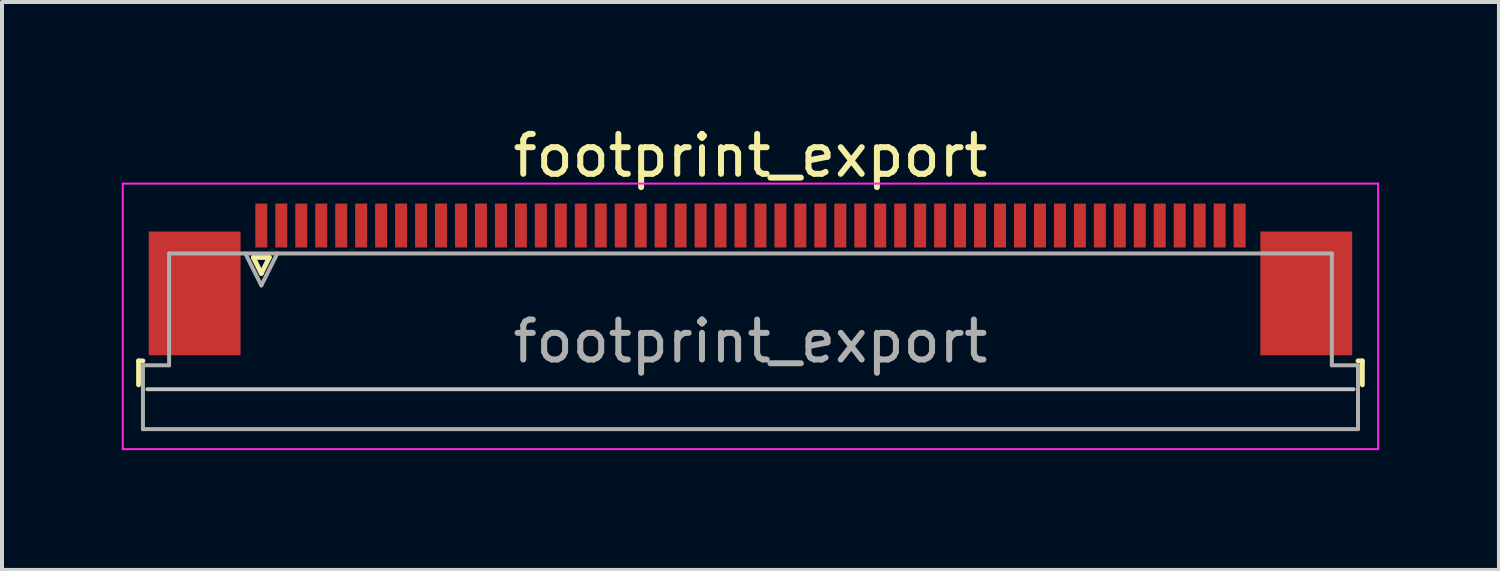
<source format=kicad_pcb>
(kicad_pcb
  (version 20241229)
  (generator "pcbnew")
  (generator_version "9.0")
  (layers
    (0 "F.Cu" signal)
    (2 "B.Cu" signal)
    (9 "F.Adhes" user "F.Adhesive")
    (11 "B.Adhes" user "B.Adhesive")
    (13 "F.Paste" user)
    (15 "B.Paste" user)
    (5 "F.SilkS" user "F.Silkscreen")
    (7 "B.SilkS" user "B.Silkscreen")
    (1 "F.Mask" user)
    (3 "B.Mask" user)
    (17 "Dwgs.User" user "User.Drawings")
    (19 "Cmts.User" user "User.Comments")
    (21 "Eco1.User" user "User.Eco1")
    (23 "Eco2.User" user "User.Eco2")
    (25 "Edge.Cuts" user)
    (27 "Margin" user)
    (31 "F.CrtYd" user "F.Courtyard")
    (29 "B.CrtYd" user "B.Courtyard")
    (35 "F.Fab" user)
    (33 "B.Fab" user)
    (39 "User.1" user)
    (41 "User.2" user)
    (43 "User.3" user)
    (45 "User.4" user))
  (footprint "footprint_export"
    (layer "F.Cu")
    (at 15.745 3.948)
    (property "Reference" "footprint_export" (at 0 -3.1 0) (layer "F.SilkS") (effects (font (size 1 1) (thickness 0.15))))
    (attr smd)
    (fp_line (start -15.325 2.04) (end -15.325 2.64) (stroke (width 0.12) (type solid)) (layer "F.SilkS"))
    (fp_line (start -15.215 2.04) (end -15.325 2.04) (stroke (width 0.12) (type solid)) (layer "F.SilkS"))
    (fp_line (start -12.45 -0.55) (end -12.25 -0.15) (stroke (width 0.12) (type solid)) (layer "F.SilkS"))
    (fp_line (start -12.25 -0.15) (end -12.05 -0.55) (stroke (width 0.12) (type solid)) (layer "F.SilkS"))
    (fp_line (start -12.05 -0.55) (end -12.45 -0.55) (stroke (width 0.12) (type solid)) (layer "F.SilkS"))
    (fp_line (start 15.215 2.04) (end 15.325 2.04) (stroke (width 0.12) (type solid)) (layer "F.SilkS"))
    (fp_line (start 15.325 2.04) (end 15.325 2.64) (stroke (width 0.12) (type solid)) (layer "F.SilkS"))
    (fp_line (start 15.105 2.75) (end -15.105 2.75) (stroke (width 0.1) (type solid)) (layer "Dwgs.User"))
    (fp_line (start -15.72 -2.4) (end -15.72 4.25) (stroke (width 0.05) (type solid)) (layer "F.CrtYd"))
    (fp_line (start -15.72 4.25) (end 15.72 4.25) (stroke (width 0.05) (type solid)) (layer "F.CrtYd"))
    (fp_line (start 15.72 -2.4) (end -15.72 -2.4) (stroke (width 0.05) (type solid)) (layer "F.CrtYd"))
    (fp_line (start 15.72 4.25) (end 15.72 -2.4) (stroke (width 0.05) (type solid)) (layer "F.CrtYd"))
    (fp_line (start -15.215 2.15) (end -14.56 2.15) (stroke (width 0.1) (type solid)) (layer "F.Fab"))
    (fp_line (start -15.215 3.75) (end -15.215 2.15) (stroke (width 0.1) (type solid)) (layer "F.Fab"))
    (fp_line (start -14.56 -0.65) (end 14.56 -0.65) (stroke (width 0.1) (type solid)) (layer "F.Fab"))
    (fp_line (start -14.56 2.15) (end -14.56 -0.65) (stroke (width 0.1) (type solid)) (layer "F.Fab"))
    (fp_line (start -12.65 -0.65) (end -12.25 0.15) (stroke (width 0.1) (type solid)) (layer "F.Fab"))
    (fp_line (start -12.25 0.15) (end -11.85 -0.65) (stroke (width 0.1) (type solid)) (layer "F.Fab"))
    (fp_line (start 14.56 -0.65) (end 14.56 2.15) (stroke (width 0.1) (type solid)) (layer "F.Fab"))
    (fp_line (start 14.56 2.15) (end 15.215 2.15) (stroke (width 0.1) (type solid)) (layer "F.Fab"))
    (fp_line (start 15.215 2.15) (end 15.215 3.75) (stroke (width 0.1) (type solid)) (layer "F.Fab"))
    (fp_line (start 15.215 3.75) (end -15.215 3.75) (stroke (width 0.1) (type solid)) (layer "F.Fab"))
    (fp_text user "${REFERENCE}" (at 0 1.55 0) (layer "F.Fab") (effects (font (size 1 1) (thickness 0.15))))
    (pad "1" smd rect (at -12.25 -1.35) (size 0.3 1.1) (layers "F.Cu" "F.Mask" "F.Paste"))
    (pad "2" smd rect (at -11.75 -1.35) (size 0.3 1.1) (layers "F.Cu" "F.Mask" "F.Paste"))
    (pad "3" smd rect (at -11.25 -1.35) (size 0.3 1.1) (layers "F.Cu" "F.Mask" "F.Paste"))
    (pad "4" smd rect (at -10.75 -1.35) (size 0.3 1.1) (layers "F.Cu" "F.Mask" "F.Paste"))
    (pad "5" smd rect (at -10.25 -1.35) (size 0.3 1.1) (layers "F.Cu" "F.Mask" "F.Paste"))
    (pad "6" smd rect (at -9.75 -1.35) (size 0.3 1.1) (layers "F.Cu" "F.Mask" "F.Paste"))
    (pad "7" smd rect (at -9.25 -1.35) (size 0.3 1.1) (layers "F.Cu" "F.Mask" "F.Paste"))
    (pad "8" smd rect (at -8.75 -1.35) (size 0.3 1.1) (layers "F.Cu" "F.Mask" "F.Paste"))
    (pad "9" smd rect (at -8.25 -1.35) (size 0.3 1.1) (layers "F.Cu" "F.Mask" "F.Paste"))
    (pad "10" smd rect (at -7.75 -1.35) (size 0.3 1.1) (layers "F.Cu" "F.Mask" "F.Paste"))
    (pad "11" smd rect (at -7.25 -1.35) (size 0.3 1.1) (layers "F.Cu" "F.Mask" "F.Paste"))
    (pad "12" smd rect (at -6.75 -1.35) (size 0.3 1.1) (layers "F.Cu" "F.Mask" "F.Paste"))
    (pad "13" smd rect (at -6.25 -1.35) (size 0.3 1.1) (layers "F.Cu" "F.Mask" "F.Paste"))
    (pad "14" smd rect (at -5.75 -1.35) (size 0.3 1.1) (layers "F.Cu" "F.Mask" "F.Paste"))
    (pad "15" smd rect (at -5.25 -1.35) (size 0.3 1.1) (layers "F.Cu" "F.Mask" "F.Paste"))
    (pad "16" smd rect (at -4.75 -1.35) (size 0.3 1.1) (layers "F.Cu" "F.Mask" "F.Paste"))
    (pad "17" smd rect (at -4.25 -1.35) (size 0.3 1.1) (layers "F.Cu" "F.Mask" "F.Paste"))
    (pad "18" smd rect (at -3.75 -1.35) (size 0.3 1.1) (layers "F.Cu" "F.Mask" "F.Paste"))
    (pad "19" smd rect (at -3.25 -1.35) (size 0.3 1.1) (layers "F.Cu" "F.Mask" "F.Paste"))
    (pad "20" smd rect (at -2.75 -1.35) (size 0.3 1.1) (layers "F.Cu" "F.Mask" "F.Paste"))
    (pad "21" smd rect (at -2.25 -1.35) (size 0.3 1.1) (layers "F.Cu" "F.Mask" "F.Paste"))
    (pad "22" smd rect (at -1.75 -1.35) (size 0.3 1.1) (layers "F.Cu" "F.Mask" "F.Paste"))
    (pad "23" smd rect (at -1.25 -1.35) (size 0.3 1.1) (layers "F.Cu" "F.Mask" "F.Paste"))
    (pad "24" smd rect (at -0.75 -1.35) (size 0.3 1.1) (layers "F.Cu" "F.Mask" "F.Paste"))
    (pad "25" smd rect (at -0.25 -1.35) (size 0.3 1.1) (layers "F.Cu" "F.Mask" "F.Paste"))
    (pad "26" smd rect (at 0.25 -1.35) (size 0.3 1.1) (layers "F.Cu" "F.Mask" "F.Paste"))
    (pad "27" smd rect (at 0.75 -1.35) (size 0.3 1.1) (layers "F.Cu" "F.Mask" "F.Paste"))
    (pad "28" smd rect (at 1.25 -1.35) (size 0.3 1.1) (layers "F.Cu" "F.Mask" "F.Paste"))
    (pad "29" smd rect (at 1.75 -1.35) (size 0.3 1.1) (layers "F.Cu" "F.Mask" "F.Paste"))
    (pad "30" smd rect (at 2.25 -1.35) (size 0.3 1.1) (layers "F.Cu" "F.Mask" "F.Paste"))
    (pad "31" smd rect (at 2.75 -1.35) (size 0.3 1.1) (layers "F.Cu" "F.Mask" "F.Paste"))
    (pad "32" smd rect (at 3.25 -1.35) (size 0.3 1.1) (layers "F.Cu" "F.Mask" "F.Paste"))
    (pad "33" smd rect (at 3.75 -1.35) (size 0.3 1.1) (layers "F.Cu" "F.Mask" "F.Paste"))
    (pad "34" smd rect (at 4.25 -1.35) (size 0.3 1.1) (layers "F.Cu" "F.Mask" "F.Paste"))
    (pad "35" smd rect (at 4.75 -1.35) (size 0.3 1.1) (layers "F.Cu" "F.Mask" "F.Paste"))
    (pad "36" smd rect (at 5.25 -1.35) (size 0.3 1.1) (layers "F.Cu" "F.Mask" "F.Paste"))
    (pad "37" smd rect (at 5.75 -1.35) (size 0.3 1.1) (layers "F.Cu" "F.Mask" "F.Paste"))
    (pad "38" smd rect (at 6.25 -1.35) (size 0.3 1.1) (layers "F.Cu" "F.Mask" "F.Paste"))
    (pad "39" smd rect (at 6.75 -1.35) (size 0.3 1.1) (layers "F.Cu" "F.Mask" "F.Paste"))
    (pad "40" smd rect (at 7.25 -1.35) (size 0.3 1.1) (layers "F.Cu" "F.Mask" "F.Paste"))
    (pad "41" smd rect (at 7.75 -1.35) (size 0.3 1.1) (layers "F.Cu" "F.Mask" "F.Paste"))
    (pad "42" smd rect (at 8.25 -1.35) (size 0.3 1.1) (layers "F.Cu" "F.Mask" "F.Paste"))
    (pad "43" smd rect (at 8.75 -1.35) (size 0.3 1.1) (layers "F.Cu" "F.Mask" "F.Paste"))
    (pad "44" smd rect (at 9.25 -1.35) (size 0.3 1.1) (layers "F.Cu" "F.Mask" "F.Paste"))
    (pad "45" smd rect (at 9.75 -1.35) (size 0.3 1.1) (layers "F.Cu" "F.Mask" "F.Paste"))
    (pad "46" smd rect (at 10.25 -1.35) (size 0.3 1.1) (layers "F.Cu" "F.Mask" "F.Paste"))
    (pad "47" smd rect (at 10.75 -1.35) (size 0.3 1.1) (layers "F.Cu" "F.Mask" "F.Paste"))
    (pad "48" smd rect (at 11.25 -1.35) (size 0.3 1.1) (layers "F.Cu" "F.Mask" "F.Paste"))
    (pad "49" smd rect (at 11.75 -1.35) (size 0.3 1.1) (layers "F.Cu" "F.Mask" "F.Paste"))
    (pad "50" smd rect (at 12.25 -1.35) (size 0.3 1.1) (layers "F.Cu" "F.Mask" "F.Paste"))
    (pad "MP" smd rect (at -13.92 0.35) (size 2.3 3.1) (layers "F.Cu" "F.Mask" "F.Paste"))
    (pad "MP" smd rect (at 13.92 0.35) (size 2.3 3.1) (layers "F.Cu" "F.Mask" "F.Paste")))
  (gr_rect
    (start -3 -3)
    (end 34.49 11.223)
    (stroke (width 0.1) (type default))
    (fill no)
    (layer "Edge.Cuts")))
</source>
